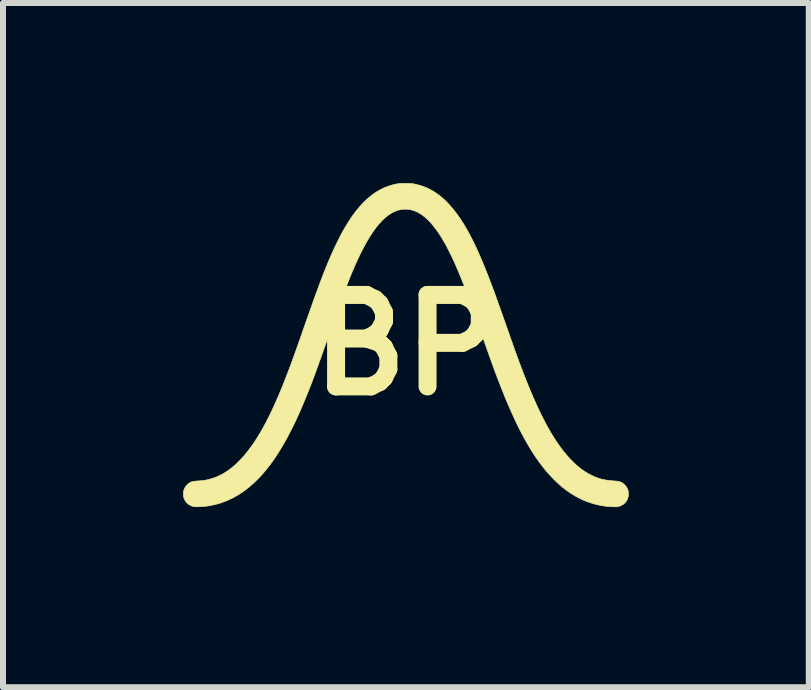
<source format=kicad_pcb>
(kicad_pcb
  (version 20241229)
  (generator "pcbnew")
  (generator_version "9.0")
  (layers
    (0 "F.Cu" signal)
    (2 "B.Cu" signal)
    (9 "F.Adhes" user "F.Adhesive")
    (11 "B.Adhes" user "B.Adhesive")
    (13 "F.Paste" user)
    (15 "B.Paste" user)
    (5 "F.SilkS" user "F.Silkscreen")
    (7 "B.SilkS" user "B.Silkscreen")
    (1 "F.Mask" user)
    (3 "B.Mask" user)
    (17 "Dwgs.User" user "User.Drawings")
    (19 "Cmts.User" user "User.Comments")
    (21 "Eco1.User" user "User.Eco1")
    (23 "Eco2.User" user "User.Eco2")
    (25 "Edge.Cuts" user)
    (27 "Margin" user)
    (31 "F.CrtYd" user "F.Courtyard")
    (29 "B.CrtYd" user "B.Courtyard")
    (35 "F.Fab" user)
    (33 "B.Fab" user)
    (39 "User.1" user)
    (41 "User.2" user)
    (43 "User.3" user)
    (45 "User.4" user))
  (footprint "BP"
    (layer "F.Cu")
    (at 3.711 2.699)
    (property "Reference" "BP" (at 0 0 0) (layer "F.SilkS") (effects (font (size 1.524 1.524) (thickness 0.3))))
    (attr through_hole)
    (fp_poly (pts (xy 0.048 -2.693) (xy 0.084 -2.691) (xy 0.115 -2.688) (xy 0.123 -2.687) (xy 0.205 -2.669) (xy 0.284 -2.645) (xy 0.362 -2.614) (xy 0.437 -2.575) (xy 0.51 -2.529) (xy 0.581 -2.476) (xy 0.651 -2.415) (xy 0.719 -2.345) (xy 0.786 -2.268) (xy 0.852 -2.183) (xy 0.917 -2.09) (xy 0.919 -2.087) (xy 0.968 -2.01) (xy 1.018 -1.926) (xy 1.067 -1.836) (xy 1.117 -1.739) (xy 1.167 -1.636) (xy 1.218 -1.524) (xy 1.269 -1.405) (xy 1.308 -1.312) (xy 1.326 -1.267) (xy 1.344 -1.222) (xy 1.362 -1.177) (xy 1.38 -1.131) (xy 1.398 -1.084) (xy 1.417 -1.035) (xy 1.436 -0.984) (xy 1.456 -0.93) (xy 1.478 -0.872) (xy 1.5 -0.81) (xy 1.524 -0.743) (xy 1.55 -0.671) (xy 1.577 -0.594) (xy 1.607 -0.51) (xy 1.639 -0.419) (xy 1.671 -0.328) (xy 1.708 -0.223) (xy 1.742 -0.126) (xy 1.774 -0.036) (xy 1.803 0.047) (xy 1.83 0.122) (xy 1.855 0.191) (xy 1.878 0.253) (xy 1.891 0.29) (xy 1.951 0.448) (xy 2.009 0.597) (xy 2.067 0.739) (xy 2.124 0.873) (xy 2.18 0.999) (xy 2.236 1.119) (xy 2.292 1.231) (xy 2.347 1.336) (xy 2.403 1.435) (xy 2.458 1.527) (xy 2.514 1.613) (xy 2.57 1.693) (xy 2.626 1.768) (xy 2.683 1.837) (xy 2.74 1.9) (xy 2.799 1.959) (xy 2.809 1.969) (xy 2.864 2.019) (xy 2.918 2.062) (xy 2.973 2.101) (xy 3.029 2.136) (xy 3.084 2.165) (xy 3.142 2.193) (xy 3.199 2.215) (xy 3.256 2.233) (xy 3.316 2.246) (xy 3.38 2.256) (xy 3.45 2.263) (xy 3.471 2.264) (xy 3.509 2.267) (xy 3.54 2.271) (xy 3.565 2.277) (xy 3.587 2.285) (xy 3.607 2.296) (xy 3.627 2.311) (xy 3.646 2.328) (xy 3.673 2.358) (xy 3.693 2.392) (xy 3.705 2.428) (xy 3.71 2.469) (xy 3.71 2.481) (xy 3.708 2.515) (xy 3.702 2.545) (xy 3.691 2.573) (xy 3.684 2.587) (xy 3.66 2.621) (xy 3.63 2.65) (xy 3.594 2.672) (xy 3.555 2.688) (xy 3.537 2.692) (xy 3.52 2.695) (xy 3.495 2.696) (xy 3.465 2.695) (xy 3.431 2.694) (xy 3.395 2.692) (xy 3.356 2.689) (xy 3.33 2.686) (xy 3.226 2.669) (xy 3.125 2.644) (xy 3.025 2.611) (xy 2.927 2.57) (xy 2.832 2.521) (xy 2.738 2.463) (xy 2.647 2.398) (xy 2.558 2.324) (xy 2.474 2.245) (xy 2.411 2.179) (xy 2.348 2.109) (xy 2.287 2.034) (xy 2.227 1.955) (xy 2.167 1.87) (xy 2.108 1.781) (xy 2.05 1.686) (xy 1.992 1.585) (xy 1.934 1.478) (xy 1.876 1.365) (xy 1.819 1.245) (xy 1.761 1.118) (xy 1.702 0.984) (xy 1.643 0.843) (xy 1.584 0.694) (xy 1.523 0.538) (xy 1.474 0.406) (xy 1.463 0.375) (xy 1.452 0.345) (xy 1.441 0.316) (xy 1.431 0.287) (xy 1.42 0.257) (xy 1.409 0.226) (xy 1.397 0.193) (xy 1.384 0.156) (xy 1.37 0.116) (xy 1.354 0.072) (xy 1.337 0.023) (xy 1.317 -0.032) (xy 1.296 -0.094) (xy 1.272 -0.163) (xy 1.27 -0.167) (xy 1.236 -0.262) (xy 1.206 -0.35) (xy 1.177 -0.431) (xy 1.151 -0.506) (xy 1.126 -0.574) (xy 1.104 -0.637) (xy 1.083 -0.696) (xy 1.063 -0.75) (xy 1.044 -0.8) (xy 1.027 -0.847) (xy 1.01 -0.891) (xy 0.994 -0.933) (xy 0.979 -0.973) (xy 0.964 -1.012) (xy 0.948 -1.051) (xy 0.933 -1.089) (xy 0.917 -1.128) (xy 0.91 -1.145) (xy 0.859 -1.267) (xy 0.809 -1.382) (xy 0.759 -1.488) (xy 0.71 -1.587) (xy 0.662 -1.678) (xy 0.614 -1.762) (xy 0.566 -1.839) (xy 0.518 -1.909) (xy 0.47 -1.972) (xy 0.423 -2.03) (xy 0.374 -2.081) (xy 0.325 -2.126) (xy 0.276 -2.165) (xy 0.266 -2.172) (xy 0.212 -2.206) (xy 0.156 -2.233) (xy 0.098 -2.251) (xy 0.039 -2.261) (xy -0.02 -2.264) (xy -0.079 -2.258) (xy -0.137 -2.244) (xy -0.173 -2.231) (xy -0.227 -2.205) (xy -0.281 -2.171) (xy -0.335 -2.13) (xy -0.389 -2.08) (xy -0.443 -2.022) (xy -0.496 -1.957) (xy -0.549 -1.883) (xy -0.603 -1.801) (xy -0.656 -1.711) (xy -0.71 -1.612) (xy -0.764 -1.506) (xy -0.818 -1.391) (xy -0.841 -1.338) (xy -0.865 -1.283) (xy -0.889 -1.228) (xy -0.913 -1.171) (xy -0.936 -1.113) (xy -0.96 -1.053) (xy -0.985 -0.99) (xy -1.01 -0.924) (xy -1.037 -0.854) (xy -1.064 -0.779) (xy -1.094 -0.699) (xy -1.124 -0.614) (xy -1.157 -0.523) (xy -1.192 -0.424) (xy -1.229 -0.319) (xy -1.24 -0.286) (xy -1.277 -0.18) (xy -1.311 -0.083) (xy -1.343 0.008) (xy -1.373 0.092) (xy -1.401 0.171) (xy -1.427 0.243) (xy -1.451 0.311) (xy -1.474 0.374) (xy -1.495 0.433) (xy -1.515 0.488) (xy -1.535 0.54) (xy -1.553 0.59) (xy -1.571 0.637) (xy -1.589 0.683) (xy -1.607 0.728) (xy -1.624 0.772) (xy -1.642 0.816) (xy -1.66 0.86) (xy -1.668 0.88) (xy -1.732 1.034) (xy -1.796 1.179) (xy -1.86 1.316) (xy -1.925 1.445) (xy -1.989 1.567) (xy -2.054 1.681) (xy -2.12 1.789) (xy -2.186 1.89) (xy -2.253 1.984) (xy -2.322 2.072) (xy -2.391 2.154) (xy -2.462 2.23) (xy -2.535 2.3) (xy -2.606 2.363) (xy -2.694 2.432) (xy -2.786 2.493) (xy -2.88 2.546) (xy -2.976 2.591) (xy -3.075 2.629) (xy -3.176 2.658) (xy -3.279 2.679) (xy -3.329 2.686) (xy -3.354 2.689) (xy -3.383 2.691) (xy -3.413 2.693) (xy -3.443 2.694) (xy -3.472 2.695) (xy -3.498 2.695) (xy -3.518 2.694) (xy -3.533 2.693) (xy -3.537 2.692) (xy -3.578 2.678) (xy -3.615 2.657) (xy -3.647 2.63) (xy -3.673 2.597) (xy -3.68 2.587) (xy -3.694 2.558) (xy -3.702 2.529) (xy -3.706 2.497) (xy -3.706 2.481) (xy -3.703 2.439) (xy -3.692 2.401) (xy -3.675 2.367) (xy -3.65 2.336) (xy -3.642 2.328) (xy -3.621 2.309) (xy -3.601 2.295) (xy -3.581 2.284) (xy -3.558 2.276) (xy -3.531 2.271) (xy -3.499 2.267) (xy -3.469 2.265) (xy -3.443 2.263) (xy -3.418 2.261) (xy -3.395 2.259) (xy -3.377 2.257) (xy -3.372 2.257) (xy -3.291 2.242) (xy -3.212 2.219) (xy -3.135 2.19) (xy -3.059 2.153) (xy -2.985 2.108) (xy -2.912 2.055) (xy -2.84 1.995) (xy -2.77 1.927) (xy -2.7 1.851) (xy -2.63 1.766) (xy -2.562 1.673) (xy -2.52 1.613) (xy -2.471 1.537) (xy -2.422 1.456) (xy -2.373 1.371) (xy -2.325 1.28) (xy -2.276 1.184) (xy -2.226 1.081) (xy -2.177 0.973) (xy -2.126 0.858) (xy -2.075 0.736) (xy -2.023 0.607) (xy -1.97 0.47) (xy -1.915 0.325) (xy -1.908 0.307) (xy -1.893 0.265) (xy -1.878 0.223) (xy -1.862 0.179) (xy -1.845 0.132) (xy -1.827 0.083) (xy -1.808 0.029) (xy -1.788 -0.029) (xy -1.765 -0.092) (xy -1.741 -0.161) (xy -1.715 -0.237) (xy -1.686 -0.32) (xy -1.685 -0.322) (xy -1.644 -0.44) (xy -1.605 -0.55) (xy -1.568 -0.654) (xy -1.534 -0.75) (xy -1.501 -0.841) (xy -1.47 -0.925) (xy -1.441 -1.004) (xy -1.413 -1.078) (xy -1.387 -1.148) (xy -1.361 -1.214) (xy -1.336 -1.276) (xy -1.312 -1.335) (xy -1.289 -1.391) (xy -1.266 -1.445) (xy -1.243 -1.498) (xy -1.22 -1.549) (xy -1.197 -1.599) (xy -1.174 -1.648) (xy -1.15 -1.698) (xy -1.147 -1.704) (xy -1.087 -1.825) (xy -1.025 -1.937) (xy -0.962 -2.041) (xy -0.899 -2.137) (xy -0.835 -2.225) (xy -0.769 -2.305) (xy -0.702 -2.378) (xy -0.634 -2.442) (xy -0.564 -2.499) (xy -0.493 -2.549) (xy -0.419 -2.592) (xy -0.344 -2.627) (xy -0.267 -2.655) (xy -0.188 -2.677) (xy -0.135 -2.687) (xy -0.106 -2.69) (xy -0.071 -2.693) (xy -0.032 -2.694) (xy 0.008 -2.694) (xy 0.048 -2.693)) (stroke (width 0.01) (type solid)) (fill yes) (layer "F.SilkS")))
  (gr_rect
    (start -3 -3)
    (end 10.426 8.4)
    (stroke (width 0.1) (type default))
    (fill no)
    (layer "Edge.Cuts")))
</source>
